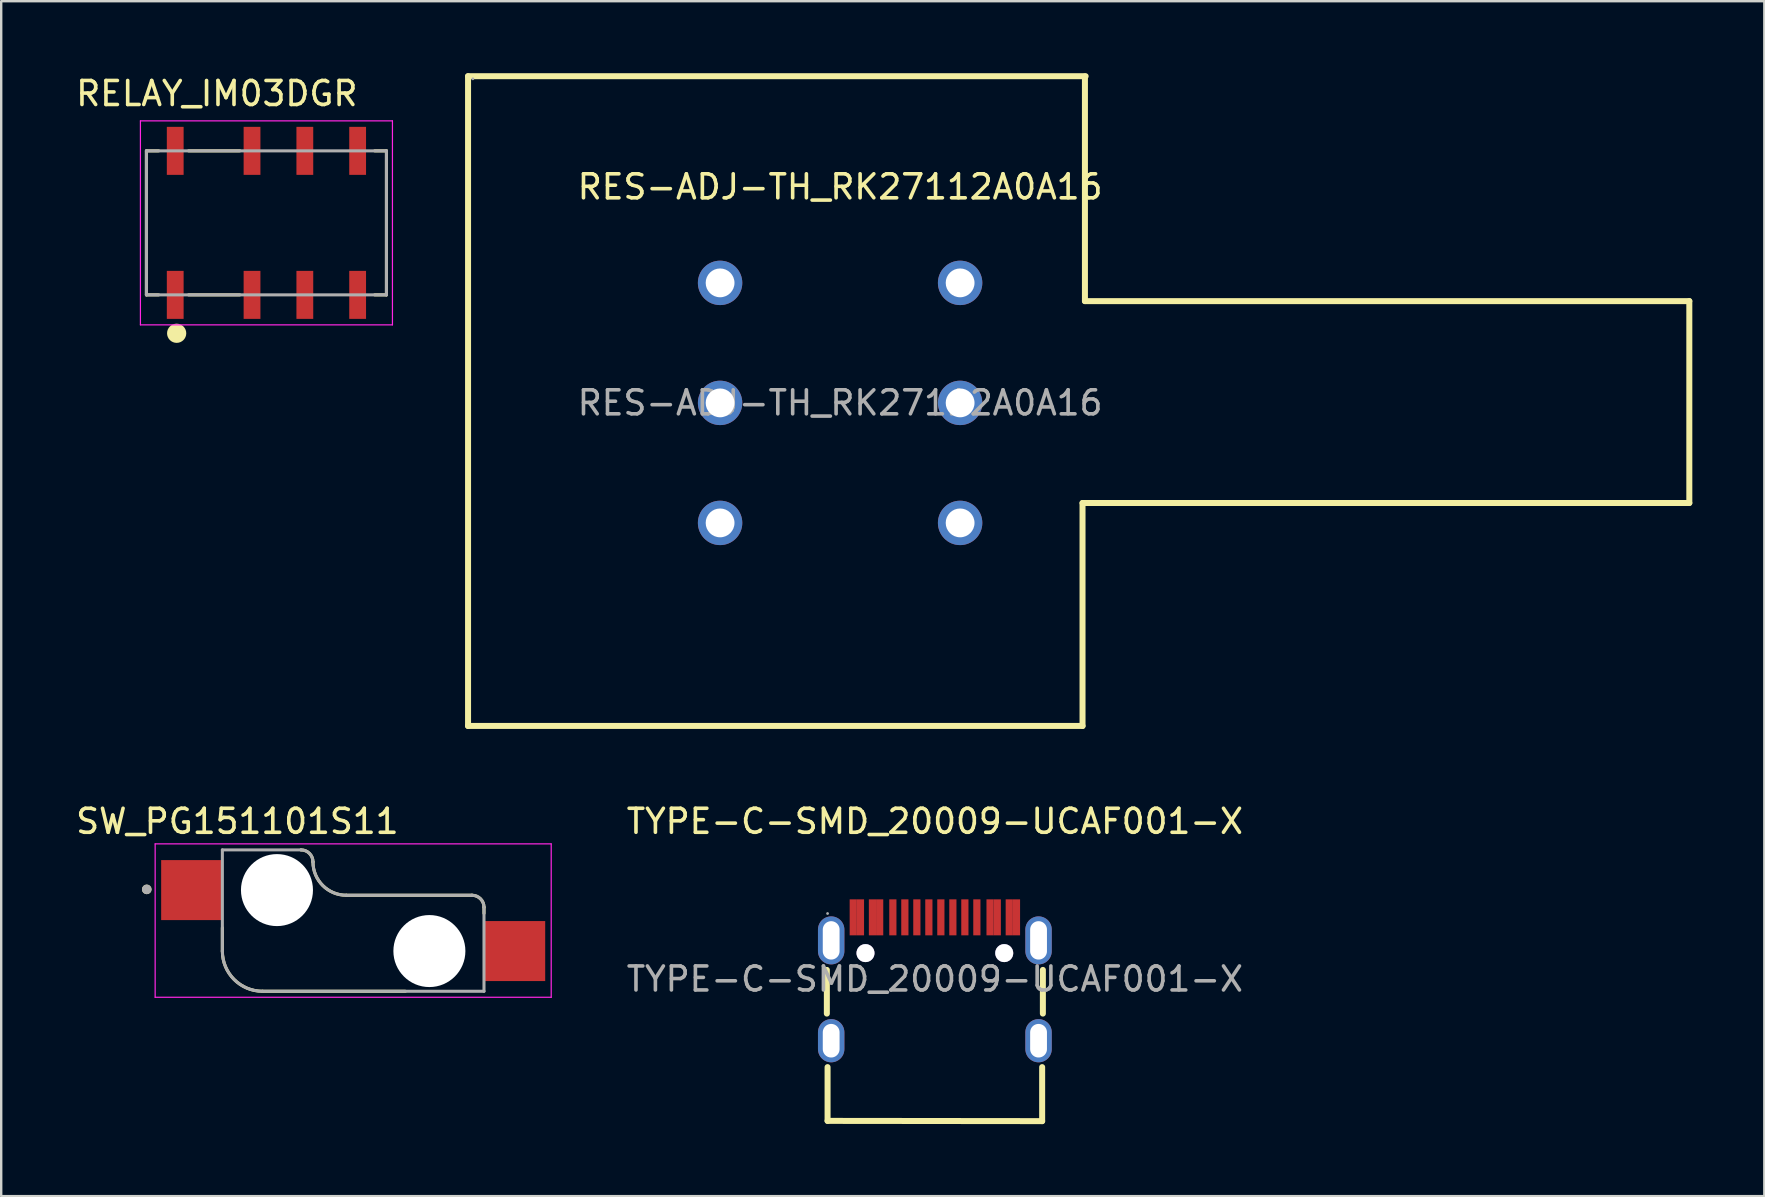
<source format=kicad_pcb>
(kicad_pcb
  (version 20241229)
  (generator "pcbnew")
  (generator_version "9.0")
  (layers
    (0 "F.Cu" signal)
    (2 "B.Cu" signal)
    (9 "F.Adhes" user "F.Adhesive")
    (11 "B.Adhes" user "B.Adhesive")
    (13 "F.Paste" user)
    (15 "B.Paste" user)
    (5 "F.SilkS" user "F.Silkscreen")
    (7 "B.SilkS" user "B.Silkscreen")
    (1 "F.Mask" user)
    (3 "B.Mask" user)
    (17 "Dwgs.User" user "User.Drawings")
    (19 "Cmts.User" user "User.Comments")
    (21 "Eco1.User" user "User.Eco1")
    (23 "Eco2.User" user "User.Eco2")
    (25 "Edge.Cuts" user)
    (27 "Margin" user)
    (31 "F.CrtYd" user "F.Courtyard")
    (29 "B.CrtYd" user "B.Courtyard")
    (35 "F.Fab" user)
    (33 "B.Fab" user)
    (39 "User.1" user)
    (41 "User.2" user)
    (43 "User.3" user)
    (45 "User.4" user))
  (footprint "TYPE-C-SMD_20009-UCAF001-X"
    (layer "F.Cu")
    (at 35.898 37.738)
    (property "Reference" "TYPE-C-SMD_20009-UCAF001-X" (at 0 -6.57 0) (layer "F.SilkS") (effects (font (size 1 1) (thickness 0.15))))
    (attr smd)
    (fp_line (start -4.5 1.44) (end -4.5 -0.38) (stroke (width 0.25) (type solid)) (layer "F.SilkS"))
    (fp_line (start -4.47 3.67) (end -4.47 5.91) (stroke (width 0.25) (type solid)) (layer "F.SilkS"))
    (fp_line (start -4.47 5.91) (end 4.47 5.92) (stroke (width 0.25) (type solid)) (layer "F.SilkS"))
    (fp_line (start 4.47 5.92) (end 4.47 3.67) (stroke (width 0.25) (type solid)) (layer "F.SilkS"))
    (fp_line (start 4.5 1.44) (end 4.5 -0.38) (stroke (width 0.25) (type solid)) (layer "F.SilkS"))
    (fp_circle (center -2.89 -1.08) (end -2.74 -1.08) (stroke (width 0.3) (type solid)) (fill no) (layer "Cmts.User"))
    (fp_circle (center 2.89 -1.08) (end 3.04 -1.08) (stroke (width 0.3) (type solid)) (fill no) (layer "Cmts.User"))
    (fp_circle (center -4.47 -2.73) (end -4.44 -2.73) (stroke (width 0.06) (type solid)) (fill no) (layer "F.Fab"))
    (fp_text user "${REFERENCE}" (at 0 0 0) (layer "F.Fab") (effects (font (size 1 1) (thickness 0.15))))
    (pad "" thru_hole circle (at -2.89 -1.08) (size 0.75 0.75) (drill 0.75) (layers "*.Cu" "*.Mask"))
    (pad "" thru_hole circle (at 2.89 -1.08) (size 0.75 0.75) (drill 0.75) (layers "*.Cu" "*.Mask"))
    (pad "4" thru_hole oval (at -4.32 -1.61) (size 1.1 2) (drill oval 0.7 1.6) (layers "*.Cu" "*.Mask"))
    (pad "4" thru_hole oval (at -4.32 2.57) (size 1.1 1.8) (drill oval 0.7 1.4) (layers "*.Cu" "*.Mask"))
    (pad "4" thru_hole oval (at 4.32 -1.61) (size 1.1 2) (drill oval 0.7 1.6) (layers "*.Cu" "*.Mask"))
    (pad "4" thru_hole oval (at 4.32 2.57) (size 1.1 1.8) (drill oval 0.7 1.4) (layers "*.Cu" "*.Mask"))
    (pad "A1" smd rect (at -3.4 -2.57) (size 0.3 1.5) (layers "F.Cu" "F.Mask" "F.Paste"))
    (pad "A1" smd rect (at -3.1 -2.57) (size 0.3 1.5) (layers "F.Cu" "F.Mask" "F.Paste"))
    (pad "A1" smd rect (at 3.1 -2.57) (size 0.3 1.5) (layers "F.Cu" "F.Mask" "F.Paste"))
    (pad "A1" smd rect (at 3.4 -2.57) (size 0.3 1.5) (layers "F.Cu" "F.Mask" "F.Paste"))
    (pad "A4" smd rect (at -2.6 -2.57) (size 0.3 1.5) (layers "F.Cu" "F.Mask" "F.Paste"))
    (pad "A4" smd rect (at -2.3 -2.57) (size 0.3 1.5) (layers "F.Cu" "F.Mask" "F.Paste"))
    (pad "A4" smd rect (at 2.3 -2.57) (size 0.3 1.5) (layers "F.Cu" "F.Mask" "F.Paste"))
    (pad "A4" smd rect (at 2.6 -2.57) (size 0.3 1.5) (layers "F.Cu" "F.Mask" "F.Paste"))
    (pad "A5" smd rect (at -1.25 -2.57) (size 0.3 1.5) (layers "F.Cu" "F.Mask" "F.Paste"))
    (pad "A6" smd rect (at -0.25 -2.57) (size 0.3 1.5) (layers "F.Cu" "F.Mask" "F.Paste"))
    (pad "A7" smd rect (at 0.25 -2.57) (size 0.3 1.5) (layers "F.Cu" "F.Mask" "F.Paste"))
    (pad "A8" smd rect (at 1.25 -2.57) (size 0.3 1.5) (layers "F.Cu" "F.Mask" "F.Paste"))
    (pad "B5" smd rect (at 1.75 -2.57) (size 0.3 1.5) (layers "F.Cu" "F.Mask" "F.Paste"))
    (pad "B6" smd rect (at 0.75 -2.57) (size 0.3 1.5) (layers "F.Cu" "F.Mask" "F.Paste"))
    (pad "B7" smd rect (at -0.75 -2.57) (size 0.3 1.5) (layers "F.Cu" "F.Mask" "F.Paste"))
    (pad "B8" smd rect (at -1.75 -2.57) (size 0.3 1.5) (layers "F.Cu" "F.Mask" "F.Paste")))
  (footprint "RELAY_IM03DGR"
    (layer "F.Cu")
    (at 8.05 6.235)
    (property "Reference" "RELAY_IM03DGR" (at -2.066 -5.387 0) (layer "F.SilkS") (effects (font (size 1 1) (thickness 0.15))))
    (attr smd)
    (fp_line (start -5 -3) (end -5 3) (stroke (width 0.127) (type solid)) (layer "F.SilkS"))
    (fp_line (start -5 -3) (end -4.49 -3) (stroke (width 0.127) (type solid)) (layer "F.SilkS"))
    (fp_line (start -5 3) (end -4.49 3) (stroke (width 0.127) (type solid)) (layer "F.SilkS"))
    (fp_line (start -3.244 -3) (end -1.109 -3) (stroke (width 0.127) (type solid)) (layer "F.SilkS"))
    (fp_line (start -3.244 3) (end -1.109 3) (stroke (width 0.127) (type solid)) (layer "F.SilkS"))
    (fp_line (start 5 -3) (end 4.51 -3) (stroke (width 0.127) (type solid)) (layer "F.SilkS"))
    (fp_line (start 5 -3) (end 5 3) (stroke (width 0.127) (type solid)) (layer "F.SilkS"))
    (fp_line (start 5 3) (end 4.51 3) (stroke (width 0.127) (type solid)) (layer "F.SilkS"))
    (fp_circle (center -3.74 4.6) (end -3.54 4.6) (stroke (width 0.4) (type solid)) (fill no) (layer "F.SilkS"))
    (fp_line (start -5.25 -4.25) (end 5.25 -4.25) (stroke (width 0.05) (type solid)) (layer "F.CrtYd"))
    (fp_line (start -5.25 4.25) (end -5.25 -4.25) (stroke (width 0.05) (type solid)) (layer "F.CrtYd"))
    (fp_line (start 5.25 -4.25) (end 5.25 4.25) (stroke (width 0.05) (type solid)) (layer "F.CrtYd"))
    (fp_line (start 5.25 4.25) (end -5.25 4.25) (stroke (width 0.05) (type solid)) (layer "F.CrtYd"))
    (fp_line (start -5 -3) (end -5 3) (stroke (width 0.127) (type solid)) (layer "F.Fab"))
    (fp_line (start -5 3) (end 5 3) (stroke (width 0.127) (type solid)) (layer "F.Fab"))
    (fp_line (start 5 -3) (end -5 -3) (stroke (width 0.127) (type solid)) (layer "F.Fab"))
    (fp_line (start 5 3) (end 5 -3) (stroke (width 0.127) (type solid)) (layer "F.Fab"))
    (pad "1" smd rect (at -3.8 3) (size 0.7 2) (layers "F.Cu" "F.Mask" "F.Paste"))
    (pad "2" smd rect (at -0.6 3) (size 0.7 2) (layers "F.Cu" "F.Mask" "F.Paste"))
    (pad "3" smd rect (at 1.6 3) (size 0.7 2) (layers "F.Cu" "F.Mask" "F.Paste"))
    (pad "4" smd rect (at 3.8 3) (size 0.7 2) (layers "F.Cu" "F.Mask" "F.Paste"))
    (pad "5" smd rect (at 3.8 -3) (size 0.7 2) (layers "F.Cu" "F.Mask" "F.Paste"))
    (pad "6" smd rect (at 1.6 -3) (size 0.7 2) (layers "F.Cu" "F.Mask" "F.Paste"))
    (pad "7" smd rect (at -0.6 -3) (size 0.7 2) (layers "F.Cu" "F.Mask" "F.Paste"))
    (pad "8" smd rect (at -3.8 -3) (size 0.7 2) (layers "F.Cu" "F.Mask" "F.Paste")))
  (footprint "SW_PG151101S11"
    (layer "F.Cu")
    (at 11.664 35.303)
    (property "Reference" "SW_PG151101S11" (at -4.825 -4.135 0) (layer "F.SilkS") (effects (font (size 1 1) (thickness 0.15))))
    (attr smd)
    (fp_line (start -5.45 1.27) (end -5.45 0.3) (stroke (width 0.127) (type solid)) (layer "F.SilkS"))
    (fp_line (start -0.285 -1.055) (end 4.95 -1.055) (stroke (width 0.127) (type solid)) (layer "F.SilkS"))
    (fp_line (start 2.175 2.945) (end -3.775 2.945) (stroke (width 0.127) (type solid)) (layer "F.SilkS"))
    (fp_line (start 5.45 -0.555) (end 5.45 -0.3) (stroke (width 0.127) (type solid)) (layer "F.SilkS"))
    (fp_arc (start -3.775 2.945) (mid -4.959404 2.454404) (end -5.45 1.27) (stroke (width 0.127) (type solid)) (layer "F.SilkS"))
    (fp_arc (start -2.175 -2.945) (mid -1.821447 -2.798553) (end -1.675 -2.445) (stroke (width 0.127) (type solid)) (layer "F.SilkS"))
    (fp_arc (start -0.285 -1.055) (mid -1.267878 -1.462122) (end -1.675 -2.445) (stroke (width 0.127) (type solid)) (layer "F.SilkS"))
    (fp_arc (start 4.95 -1.055) (mid 5.303553 -0.908553) (end 5.45 -0.555) (stroke (width 0.127) (type solid)) (layer "F.SilkS"))
    (fp_circle (center -8.6 -1.3) (end -8.5 -1.3) (stroke (width 0.2) (type solid)) (fill no) (layer "F.SilkS"))
    (fp_line (start -8.25 -3.195) (end 8.25 -3.195) (stroke (width 0.05) (type solid)) (layer "F.CrtYd"))
    (fp_line (start -8.25 3.195) (end -8.25 -3.195) (stroke (width 0.05) (type solid)) (layer "F.CrtYd"))
    (fp_line (start 8.25 -3.195) (end 8.25 3.195) (stroke (width 0.05) (type solid)) (layer "F.CrtYd"))
    (fp_line (start 8.25 3.195) (end -8.25 3.195) (stroke (width 0.05) (type solid)) (layer "F.CrtYd"))
    (fp_line (start -5.45 -2.945) (end -2.175 -2.945) (stroke (width 0.127) (type solid)) (layer "F.Fab"))
    (fp_line (start -5.45 1.27) (end -5.45 -2.945) (stroke (width 0.127) (type solid)) (layer "F.Fab"))
    (fp_line (start -0.285 -1.055) (end 4.95 -1.055) (stroke (width 0.127) (type solid)) (layer "F.Fab"))
    (fp_line (start 5.45 -0.555) (end 5.45 2.945) (stroke (width 0.127) (type solid)) (layer "F.Fab"))
    (fp_line (start 5.45 2.945) (end -3.775 2.945) (stroke (width 0.127) (type solid)) (layer "F.Fab"))
    (fp_arc (start -3.775 2.945) (mid -4.959404 2.454404) (end -5.45 1.27) (stroke (width 0.127) (type solid)) (layer "F.Fab"))
    (fp_arc (start -2.175 -2.945) (mid -1.821447 -2.798553) (end -1.675 -2.445) (stroke (width 0.127) (type solid)) (layer "F.Fab"))
    (fp_arc (start -0.285 -1.055) (mid -1.267878 -1.462122) (end -1.675 -2.445) (stroke (width 0.127) (type solid)) (layer "F.Fab"))
    (fp_arc (start 4.95 -1.055) (mid 5.303553 -0.908553) (end 5.45 -0.555) (stroke (width 0.127) (type solid)) (layer "F.Fab"))
    (fp_circle (center -8.6 -1.3) (end -8.5 -1.3) (stroke (width 0.2) (type solid)) (fill no) (layer "F.Fab"))
    (pad "" np_thru_hole circle (at -3.175 -1.27) (size 3 3) (drill 3) (layers "*.Cu" "*.Mask"))
    (pad "" np_thru_hole circle (at 3.175 1.27) (size 3 3) (drill 3) (layers "*.Cu" "*.Mask"))
    (pad "1" smd rect (at -6.725 -1.27) (size 2.55 2.5) (layers "F.Cu" "F.Mask" "F.Paste"))
    (pad "2" smd rect (at 6.725 1.27) (size 2.55 2.5) (layers "F.Cu" "F.Mask" "F.Paste")))
  (footprint "RES-ADJ-TH_RK27112A0A16"
    (layer "F.Cu")
    (at 31.95 13.735)
    (property "Reference" "RES-ADJ-TH_RK27112A0A16" (at 0 -9 0) (layer "F.SilkS") (effects (font (size 1 1) (thickness 0.15))))
    (attr through_hole)
    (fp_line (start -15.5 -13.61) (end 10.23 -13.61) (stroke (width 0.25) (type solid)) (layer "F.SilkS"))
    (fp_line (start -15.5 13.46) (end -15.5 -13.61) (stroke (width 0.25) (type solid)) (layer "F.SilkS"))
    (fp_line (start 10.1 4.17) (end 10.1 13.46) (stroke (width 0.25) (type solid)) (layer "F.SilkS"))
    (fp_line (start 10.1 13.46) (end -15.5 13.46) (stroke (width 0.25) (type solid)) (layer "F.SilkS"))
    (fp_line (start 10.2 -13.6) (end 10.2 -4.24) (stroke (width 0.25) (type solid)) (layer "F.SilkS"))
    (fp_line (start 10.2 -4.24) (end 35.38 -4.24) (stroke (width 0.25) (type solid)) (layer "F.SilkS"))
    (fp_line (start 35.38 -4.24) (end 35.38 4.17) (stroke (width 0.25) (type solid)) (layer "F.SilkS"))
    (fp_line (start 35.38 4.17) (end 10.1 4.17) (stroke (width 0.25) (type solid)) (layer "F.SilkS"))
    (fp_circle (center -15.3 -13.5) (end -15.27 -13.5) (stroke (width 0.06) (type solid)) (fill no) (layer "F.Fab"))
    (fp_circle (center -5 -5) (end -4.75 -5) (stroke (width 0.5) (type solid)) (fill no) (layer "F.Fab"))
    (fp_circle (center -5 0) (end -4.75 0) (stroke (width 0.5) (type solid)) (fill no) (layer "F.Fab"))
    (fp_circle (center -5 5) (end -4.75 5) (stroke (width 0.5) (type solid)) (fill no) (layer "F.Fab"))
    (fp_circle (center 5 -5) (end 5.25 -5) (stroke (width 0.5) (type solid)) (fill no) (layer "F.Fab"))
    (fp_circle (center 5 0) (end 5.25 0) (stroke (width 0.5) (type solid)) (fill no) (layer "F.Fab"))
    (fp_circle (center 5 5) (end 5.25 5) (stroke (width 0.5) (type solid)) (fill no) (layer "F.Fab"))
    (fp_text user "${REFERENCE}" (at 0 0 0) (layer "F.Fab") (effects (font (size 1 1) (thickness 0.15))))
    (pad "1" thru_hole circle (at -5 -5) (size 1.85 1.85) (drill 1.2) (layers "*.Cu" "*.Mask"))
    (pad "2" thru_hole circle (at -5 0) (size 1.85 1.85) (drill 1.2) (layers "*.Cu" "*.Mask"))
    (pad "3" thru_hole circle (at -5 5) (size 1.85 1.85) (drill 1.2) (layers "*.Cu" "*.Mask"))
    (pad "4" thru_hole circle (at 5 -5) (size 1.85 1.85) (drill 1.2) (layers "*.Cu" "*.Mask"))
    (pad "5" thru_hole circle (at 5 0) (size 1.85 1.85) (drill 1.2) (layers "*.Cu" "*.Mask"))
    (pad "6" thru_hole circle (at 5 5) (size 1.85 1.85) (drill 1.2) (layers "*.Cu" "*.Mask")))
  (gr_rect
    (start -3 -3)
    (end 70.455 46.783)
    (stroke (width 0.1) (type default))
    (fill no)
    (layer "Edge.Cuts")))
</source>
